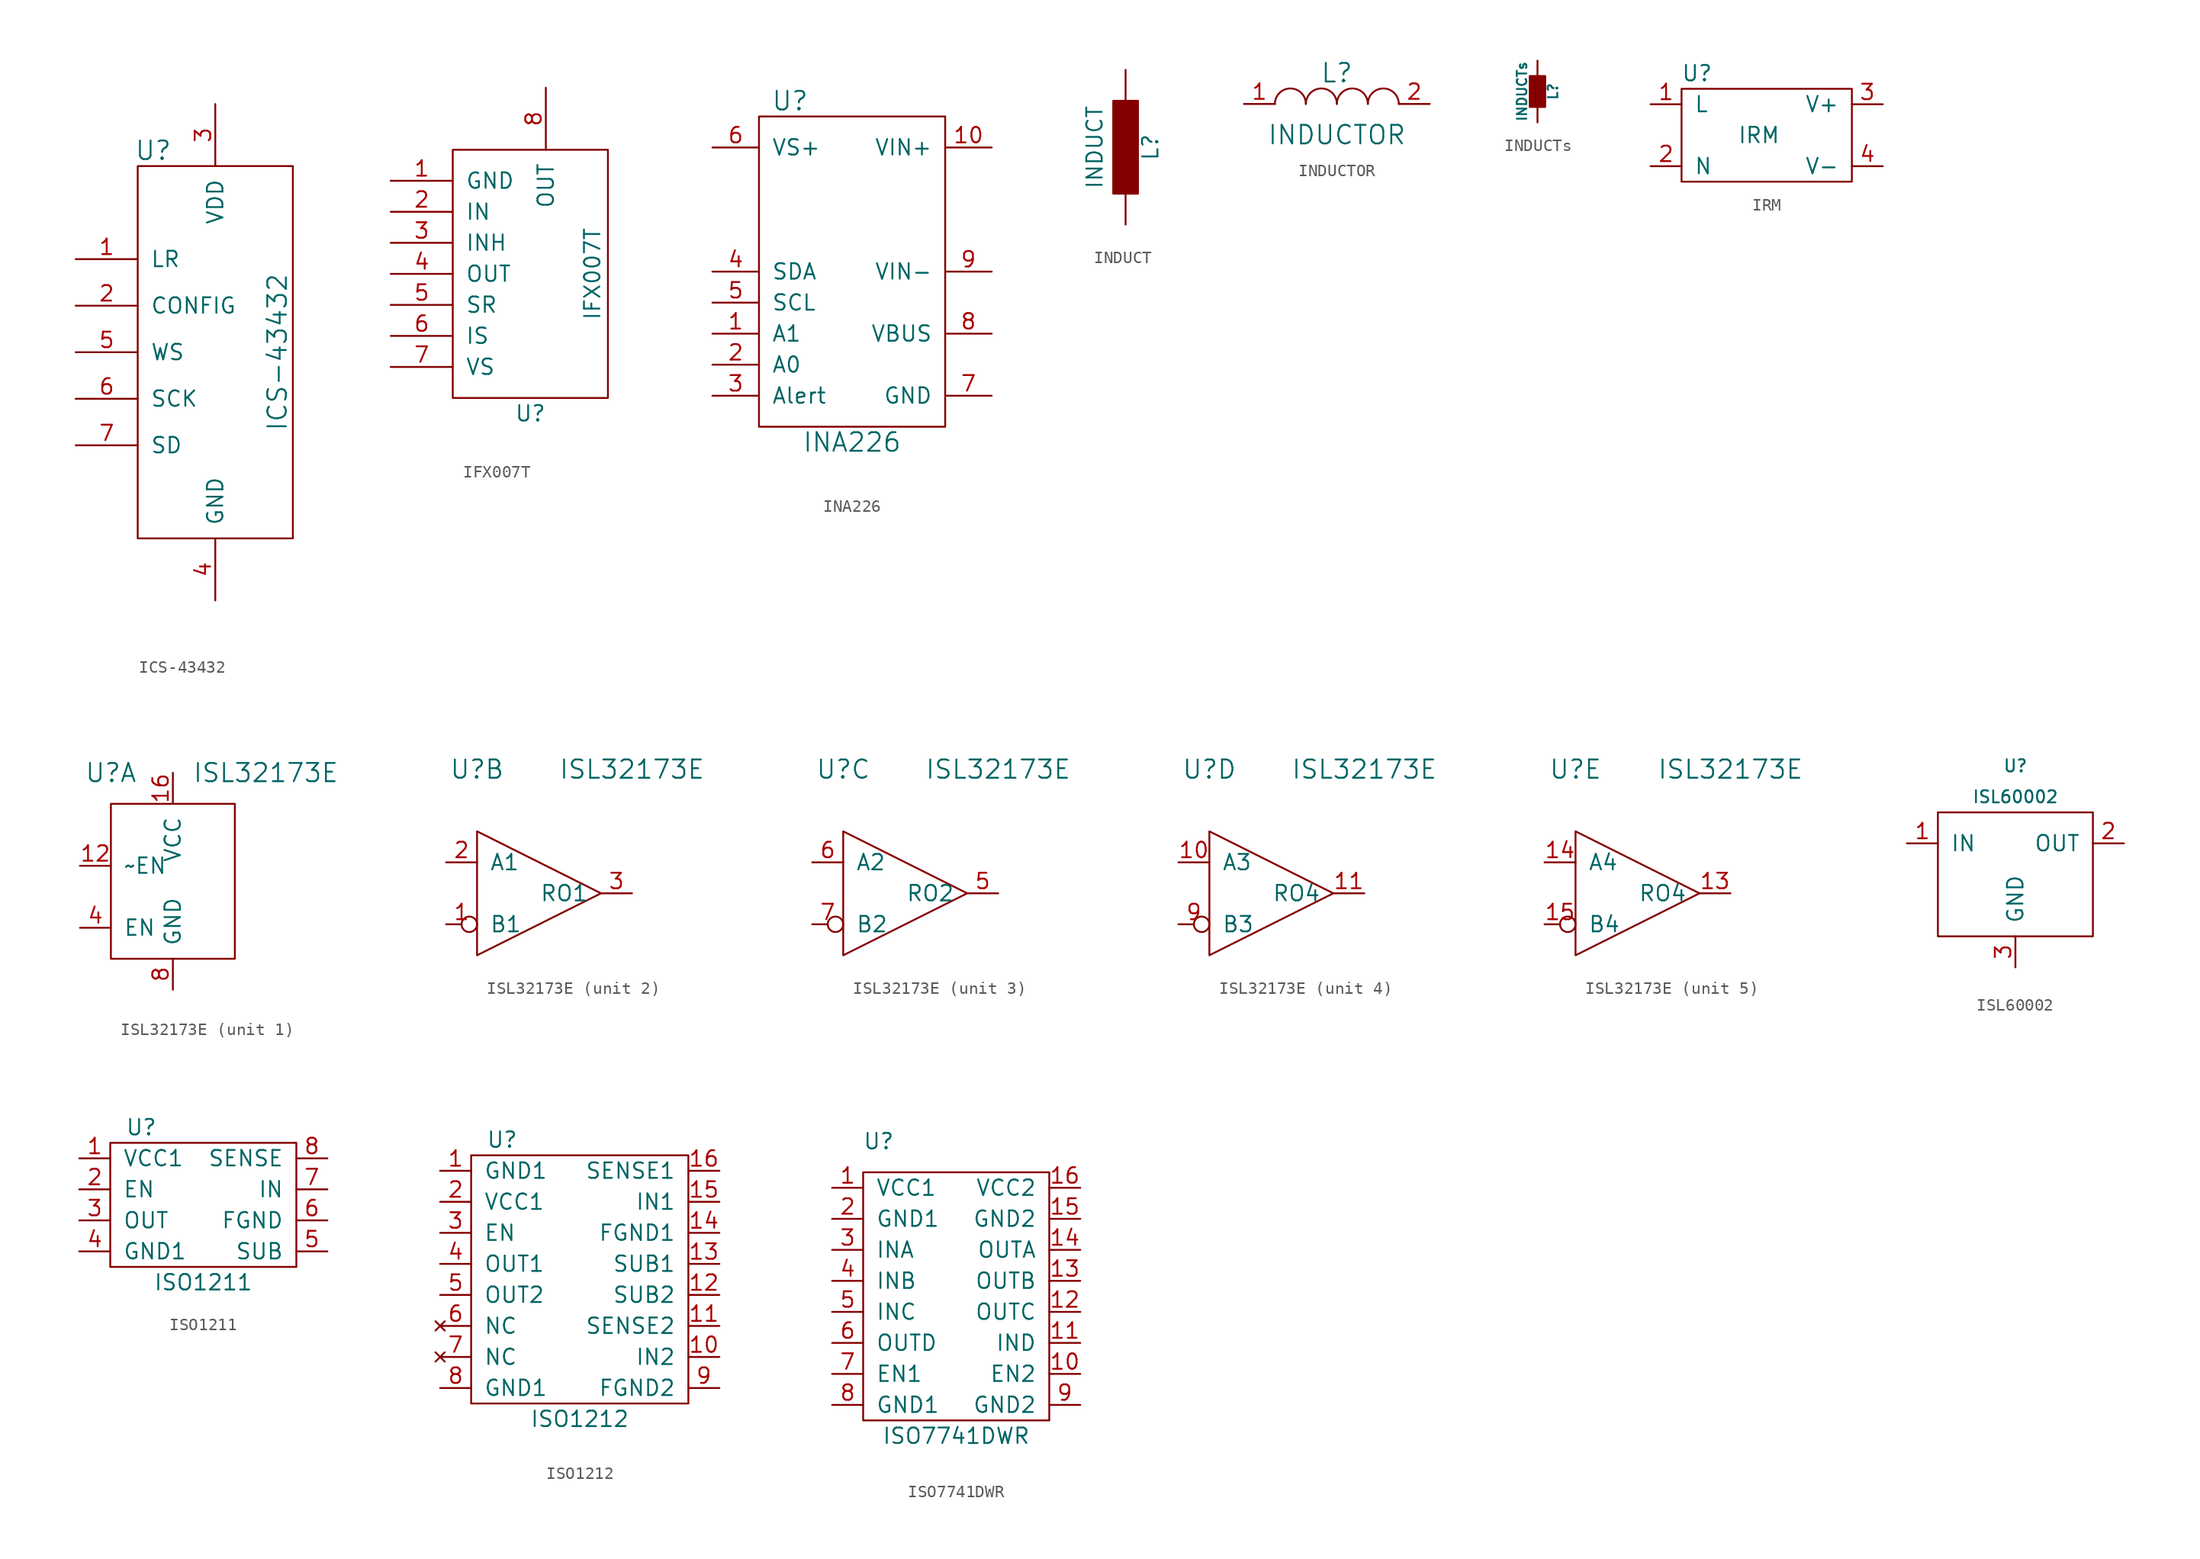
<source format=kicad_sym>
(kicad_symbol_lib
  (version 20210619)
  (generator kicad_symbol_editor)
  (symbol "tinkerforge:ICS-43432"
    (pin_names
      (offset 1.016))
    (property "Reference" "U"
      (at -5.08 16.51 0)
      (effects (font (size 1.524 1.524))))
    (property "Value" "ICS-43432"
      (at 5.08 0 90)
      (effects (font (size 1.524 1.524))))
    (property "Footprint" ""
      (at 0 0 0)
      (effects (font (size 1.524 1.524))))
    (property "Datasheet" ""
      (at 0 0 0)
      (effects (font (size 1.524 1.524))))
    (symbol "ICS-43432_0_1"
      (rectangle (start -6.35 15.24) (end 6.35 -15.24) (stroke (width 0)) (fill (type none))))
    (symbol "ICS-43432_1_1"
      (pin input line (at -11.43 7.62 0) (length 5.08) (name "LR" (effects (font (size 1.27 1.27)))) (number "1" (effects (font (size 1.27 1.27)))))
      (pin input line (at -11.43 3.81 0) (length 5.08) (name "CONFIG" (effects (font (size 1.27 1.27)))) (number "2" (effects (font (size 1.27 1.27)))))
      (pin bidirectional line (at 0 20.32 270) (length 5.08) (name "VDD" (effects (font (size 1.27 1.27)))) (number "3" (effects (font (size 1.27 1.27)))))
      (pin bidirectional line (at 0 -20.32 90) (length 5.08) (name "GND" (effects (font (size 1.27 1.27)))) (number "4" (effects (font (size 1.27 1.27)))))
      (pin input line (at -11.43 0 0) (length 5.08) (name "WS" (effects (font (size 1.27 1.27)))) (number "5" (effects (font (size 1.27 1.27)))))
      (pin input line (at -11.43 -3.81 0) (length 5.08) (name "SCK" (effects (font (size 1.27 1.27)))) (number "6" (effects (font (size 1.27 1.27)))))
      (pin output line (at -11.43 -7.62 0) (length 5.08) (name "SD" (effects (font (size 1.27 1.27)))) (number "7" (effects (font (size 1.27 1.27)))))))
  (symbol "tinkerforge:IFX007T"
    (pin_names
      (offset 1.016))
    (property "Reference" "U"
      (at 0 -10.16 0)
      (effects (font (size 1.27 1.27))))
    (property "Value" "IFX007T"
      (at 5.08 1.27 90)
      (effects (font (size 1.27 1.27))))
    (symbol "IFX007T_0_1"
      (rectangle (start -6.35 11.43) (end 6.35 -8.89) (stroke (width 0)) (fill (type none))))
    (symbol "IFX007T_1_1"
      (pin input line (at -11.43 8.89 0) (length 5.08) (name "GND" (effects (font (size 1.27 1.27)))) (number "1" (effects (font (size 1.27 1.27)))))
      (pin input line (at -11.43 6.35 0) (length 5.08) (name "IN" (effects (font (size 1.27 1.27)))) (number "2" (effects (font (size 1.27 1.27)))))
      (pin input line (at -11.43 3.81 0) (length 5.08) (name "INH" (effects (font (size 1.27 1.27)))) (number "3" (effects (font (size 1.27 1.27)))))
      (pin input line (at -11.43 1.27 0) (length 5.08) (name "OUT" (effects (font (size 1.27 1.27)))) (number "4" (effects (font (size 1.27 1.27)))))
      (pin input line (at -11.43 -1.27 0) (length 5.08) (name "SR" (effects (font (size 1.27 1.27)))) (number "5" (effects (font (size 1.27 1.27)))))
      (pin input line (at -11.43 -3.81 0) (length 5.08) (name "IS" (effects (font (size 1.27 1.27)))) (number "6" (effects (font (size 1.27 1.27)))))
      (pin input line (at -11.43 -6.35 0) (length 5.08) (name "VS" (effects (font (size 1.27 1.27)))) (number "7" (effects (font (size 1.27 1.27)))))
      (pin input line (at 1.27 16.51 270) (length 5.08) (name "OUT" (effects (font (size 1.27 1.27)))) (number "8" (effects (font (size 1.27 1.27)))))))
  (symbol "tinkerforge:INA226"
    (pin_names
      (offset 1.016))
    (property "Reference" "U"
      (at -5.08 13.97 0)
      (effects (font (size 1.524 1.524))))
    (property "Value" "INA226"
      (at 0 -13.97 0)
      (effects (font (size 1.524 1.524))))
    (property "Footprint" ""
      (at 0 0 0)
      (effects (font (size 1.524 1.524))))
    (property "Datasheet" ""
      (at 0 0 0)
      (effects (font (size 1.524 1.524))))
    (symbol "INA226_0_1"
      (rectangle (start -7.62 12.7) (end 7.62 -12.7) (stroke (width 0)) (fill (type none))))
    (symbol "INA226_1_1"
      (pin input line (at -11.43 -5.08 0) (length 3.81) (name "A1" (effects (font (size 1.27 1.27)))) (number "1" (effects (font (size 1.27 1.27)))))
      (pin input line (at 11.43 10.16 180) (length 3.81) (name "VIN+" (effects (font (size 1.27 1.27)))) (number "10" (effects (font (size 1.27 1.27)))))
      (pin input line (at -11.43 -7.62 0) (length 3.81) (name "A0" (effects (font (size 1.27 1.27)))) (number "2" (effects (font (size 1.27 1.27)))))
      (pin output line (at -11.43 -10.16 0) (length 3.81) (name "Alert" (effects (font (size 1.27 1.27)))) (number "3" (effects (font (size 1.27 1.27)))))
      (pin bidirectional line (at -11.43 0 0) (length 3.81) (name "SDA" (effects (font (size 1.27 1.27)))) (number "4" (effects (font (size 1.27 1.27)))))
      (pin bidirectional line (at -11.43 -2.54 0) (length 3.81) (name "SCL" (effects (font (size 1.27 1.27)))) (number "5" (effects (font (size 1.27 1.27)))))
      (pin power_in line (at -11.43 10.16 0) (length 3.81) (name "VS+" (effects (font (size 1.27 1.27)))) (number "6" (effects (font (size 1.27 1.27)))))
      (pin power_out line (at 11.43 -10.16 180) (length 3.81) (name "GND" (effects (font (size 1.27 1.27)))) (number "7" (effects (font (size 1.27 1.27)))))
      (pin input line (at 11.43 -5.08 180) (length 3.81) (name "VBUS" (effects (font (size 1.27 1.27)))) (number "8" (effects (font (size 1.27 1.27)))))
      (pin input line (at 11.43 0 180) (length 3.81) (name "VIN-" (effects (font (size 1.27 1.27)))) (number "9" (effects (font (size 1.27 1.27)))))))
  (symbol "tinkerforge:INDUCT"
    (pin_numbers hide)
    (pin_names
      (offset 0))
    (property "Reference" "L"
      (at 2.032 0 90)
      (effects (font (size 1.27 1.27))))
    (property "Value" "INDUCT"
      (at -2.54 0 90)
      (effects (font (size 1.27 1.27))))
    (property "Footprint" ""
      (at 0 0 0)
      (effects (font (size 1.524 1.524))))
    (property "Datasheet" ""
      (at 0 0 0)
      (effects (font (size 1.524 1.524))))
    (symbol "INDUCT_0_1"
      (rectangle (start -1.016 3.81) (end 1.016 -3.81) (stroke (width 0)) (fill (type outline))))
    (symbol "INDUCT_1_1"
      (pin passive line (at 0 6.35 270) (length 2.54) (name "~" (effects (font (size 1.524 1.524)))) (number "1" (effects (font (size 1.524 1.524)))))
      (pin passive line (at 0 -6.35 90) (length 2.54) (name "~" (effects (font (size 1.524 1.524)))) (number "2" (effects (font (size 1.524 1.524)))))))
  (symbol "tinkerforge:INDUCTOR"
    (pin_names
      (offset 1.016))
    (property "Reference" "L"
      (at 0 2.54 0)
      (effects (font (size 1.524 1.524))))
    (property "Value" "INDUCTOR"
      (at 0 -2.54 0)
      (effects (font (size 1.524 1.524))))
    (symbol "INDUCTOR_0_1"
      (arc (start -2.54 0) (end -5.08 0) (radius (at -3.81 0) (length 1.27) (angles 0.1 179.9)) (stroke (width 0)) (fill (type none)))
      (arc (start 0 0) (end -2.54 0) (radius (at -1.27 0) (length 1.27) (angles 0.1 179.9)) (stroke (width 0)) (fill (type none)))
      (arc (start 2.54 0) (end 0 0) (radius (at 1.27 0) (length 1.27) (angles 0.1 179.9)) (stroke (width 0)) (fill (type none)))
      (arc (start 5.08 0) (end 2.54 0) (radius (at 3.81 0) (length 1.27) (angles 0.1 179.9)) (stroke (width 0)) (fill (type none))))
    (symbol "INDUCTOR_1_1"
      (pin input line (at -7.62 0 0) (length 2.54) (name "~" (effects (font (size 1.27 1.27)))) (number "1" (effects (font (size 1.27 1.27)))))
      (pin input line (at 7.62 0 180) (length 2.54) (name "~" (effects (font (size 1.27 1.27)))) (number "2" (effects (font (size 1.27 1.27)))))))
  (symbol "tinkerforge:INDUCTs"
    (pin_numbers hide)
    (pin_names
      (offset 0))
    (property "Reference" "L"
      (at 1.27 0 90)
      (effects (font (size 0.787 0.787))))
    (property "Value" "INDUCTs"
      (at -1.27 0 90)
      (effects (font (size 0.787 0.787))))
    (property "Footprint" ""
      (at 0 0 0)
      (effects (font (size 1.524 1.524))))
    (property "Datasheet" ""
      (at 0 0 0)
      (effects (font (size 1.524 1.524))))
    (symbol "INDUCTs_0_1"
      (rectangle (start -0.635 1.27) (end 0.635 -1.27) (stroke (width 0)) (fill (type outline))))
    (symbol "INDUCTs_1_1"
      (pin passive line (at 0 2.54 270) (length 1.27) (name "~" (effects (font (size 1.524 1.524)))) (number "1" (effects (font (size 1.524 1.524)))))
      (pin passive line (at 0 -2.54 90) (length 1.27) (name "~" (effects (font (size 1.524 1.524)))) (number "2" (effects (font (size 1.524 1.524)))))))
  (symbol "tinkerforge:IRM"
    (pin_names
      (offset 1.016))
    (property "Reference" "U"
      (at -5.08 5.08 0)
      (effects (font (size 1.27 1.27))))
    (property "Value" "IRM"
      (at 0 0 0)
      (effects (font (size 1.27 1.27))))
    (symbol "IRM_0_1"
      (rectangle (start -6.35 3.81) (end 7.62 -3.81) (stroke (width 0)) (fill (type none))))
    (symbol "IRM_1_1"
      (pin input line (at -8.89 2.54 0) (length 2.54) (name "L" (effects (font (size 1.27 1.27)))) (number "1" (effects (font (size 1.27 1.27)))))
      (pin input line (at -8.89 -2.54 0) (length 2.54) (name "N" (effects (font (size 1.27 1.27)))) (number "2" (effects (font (size 1.27 1.27)))))
      (pin input line (at 10.16 2.54 180) (length 2.54) (name "V+" (effects (font (size 1.27 1.27)))) (number "3" (effects (font (size 1.27 1.27)))))
      (pin input line (at 10.16 -2.54 180) (length 2.54) (name "V-" (effects (font (size 1.27 1.27)))) (number "4" (effects (font (size 1.27 1.27)))))))
  (symbol "tinkerforge:ISL32173E"
    (pin_names
      (offset 1.016))
    (property "Reference" "U"
      (at -5.08 10.16 0)
      (effects (font (size 1.499 1.499))))
    (property "Value" "ISL32173E"
      (at 7.62 10.16 0)
      (effects (font (size 1.499 1.499))))
    (property "Footprint" ""
      (at 0 -5.08 0)
      (effects (font (size 0.508 0.508))))
    (property "Datasheet" ""
      (at 0 -5.08 0)
      (effects (font (size 0.508 0.508))))
    (symbol "ISL32173E_1_1"
      (rectangle (start -5.08 7.62) (end 5.08 -5.08) (stroke (width 0)) (fill (type none)))
      (pin passive line (at -7.62 2.54 0) (length 2.54) (name "~EN" (effects (font (size 1.27 1.27)))) (number "12" (effects (font (size 1.27 1.27)))))
      (pin passive line (at 0 10.16 270) (length 2.54) (name "VCC" (effects (font (size 1.27 1.27)))) (number "16" (effects (font (size 1.27 1.27)))))
      (pin passive line (at -7.62 -2.54 0) (length 2.54) (name "EN" (effects (font (size 1.27 1.27)))) (number "4" (effects (font (size 1.27 1.27)))))
      (pin passive line (at 0 -7.62 90) (length 2.54) (name "GND" (effects (font (size 1.27 1.27)))) (number "8" (effects (font (size 1.27 1.27))))))
    (symbol "ISL32173E_2_1"
      (polyline (pts (xy -5.08 5.08) (xy -5.08 -5.08) (xy 5.08 0) (xy -5.08 5.08)) (stroke (width 0)) (fill (type none)))
      (pin passive inverted (at -7.62 -2.54 0) (length 2.54) (name "B1" (effects (font (size 1.27 1.27)))) (number "1" (effects (font (size 1.27 1.27)))))
      (pin passive line (at -7.62 2.54 0) (length 2.54) (name "A1" (effects (font (size 1.27 1.27)))) (number "2" (effects (font (size 1.27 1.27)))))
      (pin passive line (at 7.62 0 180) (length 2.54) (name "RO1" (effects (font (size 1.27 1.27)))) (number "3" (effects (font (size 1.27 1.27))))))
    (symbol "ISL32173E_3_1"
      (polyline (pts (xy -5.08 5.08) (xy -5.08 -5.08) (xy 5.08 0) (xy -5.08 5.08)) (stroke (width 0)) (fill (type none)))
      (pin passive line (at 7.62 0 180) (length 2.54) (name "RO2" (effects (font (size 1.27 1.27)))) (number "5" (effects (font (size 1.27 1.27)))))
      (pin passive line (at -7.62 2.54 0) (length 2.54) (name "A2" (effects (font (size 1.27 1.27)))) (number "6" (effects (font (size 1.27 1.27)))))
      (pin passive inverted (at -7.62 -2.54 0) (length 2.54) (name "B2" (effects (font (size 1.27 1.27)))) (number "7" (effects (font (size 1.27 1.27))))))
    (symbol "ISL32173E_4_1"
      (polyline (pts (xy -5.08 5.08) (xy -5.08 -5.08) (xy 5.08 0) (xy -5.08 5.08)) (stroke (width 0)) (fill (type none)))
      (pin passive line (at -7.62 2.54 0) (length 2.54) (name "A3" (effects (font (size 1.27 1.27)))) (number "10" (effects (font (size 1.27 1.27)))))
      (pin passive line (at 7.62 0 180) (length 2.54) (name "RO4" (effects (font (size 1.27 1.27)))) (number "11" (effects (font (size 1.27 1.27)))))
      (pin passive inverted (at -7.62 -2.54 0) (length 2.54) (name "B3" (effects (font (size 1.27 1.27)))) (number "9" (effects (font (size 1.27 1.27))))))
    (symbol "ISL32173E_5_1"
      (polyline (pts (xy -5.08 5.08) (xy -5.08 -5.08) (xy 5.08 0) (xy -5.08 5.08)) (stroke (width 0)) (fill (type none)))
      (pin passive line (at 7.62 0 180) (length 2.54) (name "RO4" (effects (font (size 1.27 1.27)))) (number "13" (effects (font (size 1.27 1.27)))))
      (pin passive line (at -7.62 2.54 0) (length 2.54) (name "A4" (effects (font (size 1.27 1.27)))) (number "14" (effects (font (size 1.27 1.27)))))
      (pin passive inverted (at -7.62 -2.54 0) (length 2.54) (name "B4" (effects (font (size 1.27 1.27)))) (number "15" (effects (font (size 1.27 1.27)))))))
  (symbol "tinkerforge:ISL60002"
    (pin_names
      (offset 1.016))
    (property "Reference" "U"
      (at 0 8.89 0)
      (effects (font (size 0.991 0.991))))
    (property "Value" "ISL60002"
      (at 0 6.35 0)
      (effects (font (size 0.991 0.991))))
    (symbol "ISL60002_0_1"
      (rectangle (start -6.35 5.08) (end 6.35 -5.08) (stroke (width 0)) (fill (type none))))
    (symbol "ISL60002_1_1"
      (pin input line (at -8.89 2.54 0) (length 2.54) (name "IN" (effects (font (size 1.27 1.27)))) (number "1" (effects (font (size 1.27 1.27)))))
      (pin input line (at 8.89 2.54 180) (length 2.54) (name "OUT" (effects (font (size 1.27 1.27)))) (number "2" (effects (font (size 1.27 1.27)))))
      (pin input line (at 0 -7.62 90) (length 2.54) (name "GND" (effects (font (size 1.27 1.27)))) (number "3" (effects (font (size 1.27 1.27)))))))
  (symbol "tinkerforge:ISO1211"
    (pin_names
      (offset 1.016))
    (property "Reference" "U"
      (at -5.08 6.35 0)
      (effects (font (size 1.27 1.27))))
    (property "Value" "ISO1211"
      (at 0 -6.35 0)
      (effects (font (size 1.27 1.27))))
    (symbol "ISO1211_0_1"
      (rectangle (start -7.62 5.08) (end 7.62 -5.08) (stroke (width 0)) (fill (type none))))
    (symbol "ISO1211_1_1"
      (pin passive line (at -10.16 3.81 0) (length 2.54) (name "VCC1" (effects (font (size 1.27 1.27)))) (number "1" (effects (font (size 1.27 1.27)))))
      (pin passive line (at -10.16 1.27 0) (length 2.54) (name "EN" (effects (font (size 1.27 1.27)))) (number "2" (effects (font (size 1.27 1.27)))))
      (pin passive line (at -10.16 -1.27 0) (length 2.54) (name "OUT" (effects (font (size 1.27 1.27)))) (number "3" (effects (font (size 1.27 1.27)))))
      (pin passive line (at -10.16 -3.81 0) (length 2.54) (name "GND1" (effects (font (size 1.27 1.27)))) (number "4" (effects (font (size 1.27 1.27)))))
      (pin passive line (at 10.16 -3.81 180) (length 2.54) (name "SUB" (effects (font (size 1.27 1.27)))) (number "5" (effects (font (size 1.27 1.27)))))
      (pin passive line (at 10.16 -1.27 180) (length 2.54) (name "FGND" (effects (font (size 1.27 1.27)))) (number "6" (effects (font (size 1.27 1.27)))))
      (pin passive line (at 10.16 1.27 180) (length 2.54) (name "IN" (effects (font (size 1.27 1.27)))) (number "7" (effects (font (size 1.27 1.27)))))
      (pin passive line (at 10.16 3.81 180) (length 2.54) (name "SENSE" (effects (font (size 1.27 1.27)))) (number "8" (effects (font (size 1.27 1.27)))))))
  (symbol "tinkerforge:ISO1212"
    (pin_names
      (offset 1.016))
    (property "Reference" "U"
      (at -6.35 8.89 0)
      (effects (font (size 1.27 1.27))))
    (property "Value" "ISO1212"
      (at 0 -13.97 0)
      (effects (font (size 1.27 1.27))))
    (symbol "ISO1212_0_1"
      (rectangle (start -8.89 7.62) (end 8.89 -12.7) (stroke (width 0)) (fill (type none))))
    (symbol "ISO1212_1_1"
      (pin passive line (at -11.43 6.35 0) (length 2.54) (name "GND1" (effects (font (size 1.27 1.27)))) (number "1" (effects (font (size 1.27 1.27)))))
      (pin passive line (at 11.43 -8.89 180) (length 2.54) (name "IN2" (effects (font (size 1.27 1.27)))) (number "10" (effects (font (size 1.27 1.27)))))
      (pin passive line (at 11.43 -6.35 180) (length 2.54) (name "SENSE2" (effects (font (size 1.27 1.27)))) (number "11" (effects (font (size 1.27 1.27)))))
      (pin passive line (at 11.43 -3.81 180) (length 2.54) (name "SUB2" (effects (font (size 1.27 1.27)))) (number "12" (effects (font (size 1.27 1.27)))))
      (pin passive line (at 11.43 -1.27 180) (length 2.54) (name "SUB1" (effects (font (size 1.27 1.27)))) (number "13" (effects (font (size 1.27 1.27)))))
      (pin passive line (at 11.43 1.27 180) (length 2.54) (name "FGND1" (effects (font (size 1.27 1.27)))) (number "14" (effects (font (size 1.27 1.27)))))
      (pin passive line (at 11.43 3.81 180) (length 2.54) (name "IN1" (effects (font (size 1.27 1.27)))) (number "15" (effects (font (size 1.27 1.27)))))
      (pin passive line (at 11.43 6.35 180) (length 2.54) (name "SENSE1" (effects (font (size 1.27 1.27)))) (number "16" (effects (font (size 1.27 1.27)))))
      (pin passive line (at -11.43 3.81 0) (length 2.54) (name "VCC1" (effects (font (size 1.27 1.27)))) (number "2" (effects (font (size 1.27 1.27)))))
      (pin passive line (at -11.43 1.27 0) (length 2.54) (name "EN" (effects (font (size 1.27 1.27)))) (number "3" (effects (font (size 1.27 1.27)))))
      (pin passive line (at -11.43 -1.27 0) (length 2.54) (name "OUT1" (effects (font (size 1.27 1.27)))) (number "4" (effects (font (size 1.27 1.27)))))
      (pin passive line (at -11.43 -3.81 0) (length 2.54) (name "OUT2" (effects (font (size 1.27 1.27)))) (number "5" (effects (font (size 1.27 1.27)))))
      (pin no_connect line (at -11.43 -6.35 0) (length 2.54) (name "NC" (effects (font (size 1.27 1.27)))) (number "6" (effects (font (size 1.27 1.27)))))
      (pin no_connect line (at -11.43 -8.89 0) (length 2.54) (name "NC" (effects (font (size 1.27 1.27)))) (number "7" (effects (font (size 1.27 1.27)))))
      (pin passive line (at -11.43 -11.43 0) (length 2.54) (name "GND1" (effects (font (size 1.27 1.27)))) (number "8" (effects (font (size 1.27 1.27)))))
      (pin passive line (at 11.43 -11.43 180) (length 2.54) (name "FGND2" (effects (font (size 1.27 1.27)))) (number "9" (effects (font (size 1.27 1.27)))))))
  (symbol "tinkerforge:ISO7741DWR"
    (pin_names
      (offset 1.016))
    (property "Reference" "U"
      (at -6.35 12.7 0)
      (effects (font (size 1.27 1.27))))
    (property "Value" "ISO7741DWR"
      (at 0 -11.43 0)
      (effects (font (size 1.27 1.27))))
    (symbol "ISO7741DWR_0_0"
      (pin passive line (at -10.16 8.89 0) (length 2.54) (name "VCC1" (effects (font (size 1.27 1.27)))) (number "1" (effects (font (size 1.27 1.27)))))
      (pin passive line (at 10.16 -6.35 180) (length 2.54) (name "EN2" (effects (font (size 1.27 1.27)))) (number "10" (effects (font (size 1.27 1.27)))))
      (pin passive line (at 10.16 -3.81 180) (length 2.54) (name "IND" (effects (font (size 1.27 1.27)))) (number "11" (effects (font (size 1.27 1.27)))))
      (pin passive line (at 10.16 -1.27 180) (length 2.54) (name "OUTC" (effects (font (size 1.27 1.27)))) (number "12" (effects (font (size 1.27 1.27)))))
      (pin passive line (at 10.16 1.27 180) (length 2.54) (name "OUTB" (effects (font (size 1.27 1.27)))) (number "13" (effects (font (size 1.27 1.27)))))
      (pin passive line (at 10.16 3.81 180) (length 2.54) (name "OUTA" (effects (font (size 1.27 1.27)))) (number "14" (effects (font (size 1.27 1.27)))))
      (pin passive line (at 10.16 6.35 180) (length 2.54) (name "GND2" (effects (font (size 1.27 1.27)))) (number "15" (effects (font (size 1.27 1.27)))))
      (pin passive line (at 10.16 8.89 180) (length 2.54) (name "VCC2" (effects (font (size 1.27 1.27)))) (number "16" (effects (font (size 1.27 1.27)))))
      (pin passive line (at -10.16 6.35 0) (length 2.54) (name "GND1" (effects (font (size 1.27 1.27)))) (number "2" (effects (font (size 1.27 1.27)))))
      (pin passive line (at -10.16 3.81 0) (length 2.54) (name "INA" (effects (font (size 1.27 1.27)))) (number "3" (effects (font (size 1.27 1.27)))))
      (pin passive line (at -10.16 1.27 0) (length 2.54) (name "INB" (effects (font (size 1.27 1.27)))) (number "4" (effects (font (size 1.27 1.27)))))
      (pin passive line (at -10.16 -1.27 0) (length 2.54) (name "INC" (effects (font (size 1.27 1.27)))) (number "5" (effects (font (size 1.27 1.27)))))
      (pin passive line (at -10.16 -3.81 0) (length 2.54) (name "OUTD" (effects (font (size 1.27 1.27)))) (number "6" (effects (font (size 1.27 1.27)))))
      (pin passive line (at -10.16 -6.35 0) (length 2.54) (name "EN1" (effects (font (size 1.27 1.27)))) (number "7" (effects (font (size 1.27 1.27)))))
      (pin passive line (at -10.16 -8.89 0) (length 2.54) (name "GND1" (effects (font (size 1.27 1.27)))) (number "8" (effects (font (size 1.27 1.27)))))
      (pin passive line (at 10.16 -8.89 180) (length 2.54) (name "GND2" (effects (font (size 1.27 1.27)))) (number "9" (effects (font (size 1.27 1.27))))))
    (symbol "ISO7741DWR_0_1"
      (rectangle (start -7.62 10.16) (end 7.62 -10.16) (stroke (width 0)) (fill (type none))))))
</source>
